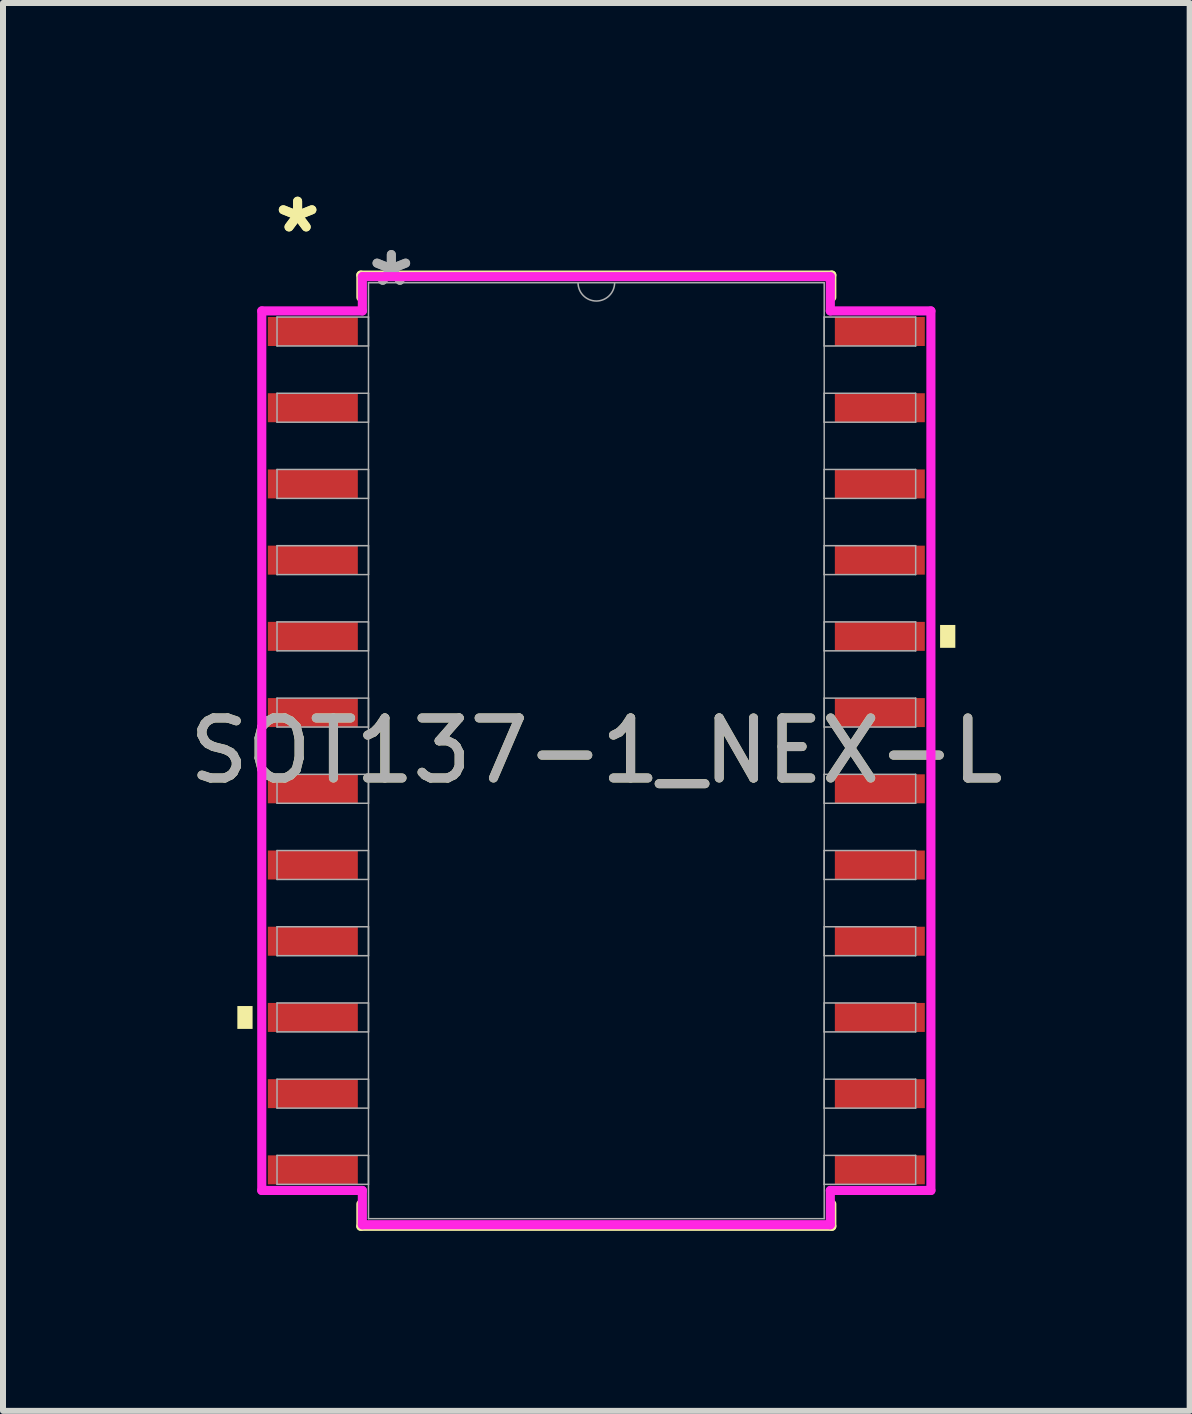
<source format=kicad_pcb>
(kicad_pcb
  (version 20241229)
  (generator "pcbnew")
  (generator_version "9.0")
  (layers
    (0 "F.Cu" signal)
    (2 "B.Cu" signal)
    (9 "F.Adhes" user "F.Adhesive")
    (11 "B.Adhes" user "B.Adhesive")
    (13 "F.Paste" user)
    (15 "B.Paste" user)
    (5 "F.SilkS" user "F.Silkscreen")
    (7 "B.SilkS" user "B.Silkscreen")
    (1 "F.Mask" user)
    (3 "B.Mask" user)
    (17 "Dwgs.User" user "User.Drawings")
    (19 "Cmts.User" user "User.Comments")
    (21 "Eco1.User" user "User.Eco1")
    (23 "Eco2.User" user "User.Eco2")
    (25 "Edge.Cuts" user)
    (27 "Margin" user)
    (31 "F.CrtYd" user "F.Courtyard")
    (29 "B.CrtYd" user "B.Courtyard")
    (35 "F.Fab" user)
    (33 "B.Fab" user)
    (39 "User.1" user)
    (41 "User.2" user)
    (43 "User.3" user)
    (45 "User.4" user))
  (footprint "SOT137-1_NEX-L"
    (layer "F.Cu")
    (at 6.887 9.459)
    (property "Reference" "SOT137-1_NEX-L" (at 0 0 0) (unlocked yes) (layer "F.SilkS") (effects (font (size 1 1) (thickness 0.15))))
    (attr smd)
    (fp_line (start -3.924 -7.925) (end -3.924 -7.555) (stroke (width 0.152) (type solid)) (layer "F.SilkS"))
    (fp_line (start -3.924 7.555) (end -3.924 7.925) (stroke (width 0.152) (type solid)) (layer "F.SilkS"))
    (fp_line (start -3.924 7.925) (end 3.924 7.925) (stroke (width 0.152) (type solid)) (layer "F.SilkS"))
    (fp_line (start 3.924 -7.925) (end -3.924 -7.925) (stroke (width 0.152) (type solid)) (layer "F.SilkS"))
    (fp_line (start 3.924 -7.555) (end 3.924 -7.925) (stroke (width 0.152) (type solid)) (layer "F.SilkS"))
    (fp_line (start 3.924 7.925) (end 3.924 7.555) (stroke (width 0.152) (type solid)) (layer "F.SilkS"))
    (fp_poly (pts (xy -5.982 4.255) (xy -5.982 4.636) (xy -5.728 4.636) (xy -5.728 4.255)) (stroke (width 0) (type solid)) (fill yes) (layer "F.SilkS"))
    (fp_poly (pts (xy 5.982 -2.095) (xy 5.982 -1.714) (xy 5.728 -1.714) (xy 5.728 -2.095)) (stroke (width 0) (type solid)) (fill yes) (layer "F.SilkS"))
    (fp_line (start -5.575 -7.328) (end -3.899 -7.328) (stroke (width 0.152) (type solid)) (layer "F.CrtYd"))
    (fp_line (start -5.575 7.328) (end -5.575 -7.328) (stroke (width 0.152) (type solid)) (layer "F.CrtYd"))
    (fp_line (start -5.575 7.328) (end -3.899 7.328) (stroke (width 0.152) (type solid)) (layer "F.CrtYd"))
    (fp_line (start -3.899 -7.899) (end 3.899 -7.899) (stroke (width 0.152) (type solid)) (layer "F.CrtYd"))
    (fp_line (start -3.899 -7.328) (end -3.899 -7.899) (stroke (width 0.152) (type solid)) (layer "F.CrtYd"))
    (fp_line (start -3.899 7.899) (end -3.899 7.328) (stroke (width 0.152) (type solid)) (layer "F.CrtYd"))
    (fp_line (start 3.899 -7.899) (end 3.899 -7.328) (stroke (width 0.152) (type solid)) (layer "F.CrtYd"))
    (fp_line (start 3.899 7.328) (end 3.899 7.899) (stroke (width 0.152) (type solid)) (layer "F.CrtYd"))
    (fp_line (start 3.899 7.899) (end -3.899 7.899) (stroke (width 0.152) (type solid)) (layer "F.CrtYd"))
    (fp_line (start 5.575 -7.328) (end 3.899 -7.328) (stroke (width 0.152) (type solid)) (layer "F.CrtYd"))
    (fp_line (start 5.575 -7.328) (end 5.575 7.328) (stroke (width 0.152) (type solid)) (layer "F.CrtYd"))
    (fp_line (start 5.575 7.328) (end 3.899 7.328) (stroke (width 0.152) (type solid)) (layer "F.CrtYd"))
    (fp_line (start -5.321 -7.226) (end -5.321 -6.744) (stroke (width 0.025) (type solid)) (layer "F.Fab"))
    (fp_line (start -5.321 -6.744) (end -3.797 -6.744) (stroke (width 0.025) (type solid)) (layer "F.Fab"))
    (fp_line (start -5.321 -5.956) (end -5.321 -5.474) (stroke (width 0.025) (type solid)) (layer "F.Fab"))
    (fp_line (start -5.321 -5.474) (end -3.797 -5.474) (stroke (width 0.025) (type solid)) (layer "F.Fab"))
    (fp_line (start -5.321 -4.686) (end -5.321 -4.204) (stroke (width 0.025) (type solid)) (layer "F.Fab"))
    (fp_line (start -5.321 -4.204) (end -3.797 -4.204) (stroke (width 0.025) (type solid)) (layer "F.Fab"))
    (fp_line (start -5.321 -3.416) (end -5.321 -2.934) (stroke (width 0.025) (type solid)) (layer "F.Fab"))
    (fp_line (start -5.321 -2.934) (end -3.797 -2.934) (stroke (width 0.025) (type solid)) (layer "F.Fab"))
    (fp_line (start -5.321 -2.146) (end -5.321 -1.664) (stroke (width 0.025) (type solid)) (layer "F.Fab"))
    (fp_line (start -5.321 -1.664) (end -3.797 -1.664) (stroke (width 0.025) (type solid)) (layer "F.Fab"))
    (fp_line (start -5.321 -0.876) (end -5.321 -0.394) (stroke (width 0.025) (type solid)) (layer "F.Fab"))
    (fp_line (start -5.321 -0.394) (end -3.797 -0.394) (stroke (width 0.025) (type solid)) (layer "F.Fab"))
    (fp_line (start -5.321 0.394) (end -5.321 0.876) (stroke (width 0.025) (type solid)) (layer "F.Fab"))
    (fp_line (start -5.321 0.876) (end -3.797 0.876) (stroke (width 0.025) (type solid)) (layer "F.Fab"))
    (fp_line (start -5.321 1.664) (end -5.321 2.146) (stroke (width 0.025) (type solid)) (layer "F.Fab"))
    (fp_line (start -5.321 2.146) (end -3.797 2.146) (stroke (width 0.025) (type solid)) (layer "F.Fab"))
    (fp_line (start -5.321 2.934) (end -5.321 3.416) (stroke (width 0.025) (type solid)) (layer "F.Fab"))
    (fp_line (start -5.321 3.416) (end -3.797 3.416) (stroke (width 0.025) (type solid)) (layer "F.Fab"))
    (fp_line (start -5.321 4.204) (end -5.321 4.686) (stroke (width 0.025) (type solid)) (layer "F.Fab"))
    (fp_line (start -5.321 4.686) (end -3.797 4.686) (stroke (width 0.025) (type solid)) (layer "F.Fab"))
    (fp_line (start -5.321 5.474) (end -5.321 5.956) (stroke (width 0.025) (type solid)) (layer "F.Fab"))
    (fp_line (start -5.321 5.956) (end -3.797 5.956) (stroke (width 0.025) (type solid)) (layer "F.Fab"))
    (fp_line (start -5.321 6.744) (end -5.321 7.226) (stroke (width 0.025) (type solid)) (layer "F.Fab"))
    (fp_line (start -5.321 7.226) (end -3.797 7.226) (stroke (width 0.025) (type solid)) (layer "F.Fab"))
    (fp_line (start -3.797 -7.798) (end -3.797 7.798) (stroke (width 0.025) (type solid)) (layer "F.Fab"))
    (fp_line (start -3.797 -7.226) (end -5.321 -7.226) (stroke (width 0.025) (type solid)) (layer "F.Fab"))
    (fp_line (start -3.797 -6.744) (end -3.797 -7.226) (stroke (width 0.025) (type solid)) (layer "F.Fab"))
    (fp_line (start -3.797 -5.956) (end -5.321 -5.956) (stroke (width 0.025) (type solid)) (layer "F.Fab"))
    (fp_line (start -3.797 -5.474) (end -3.797 -5.956) (stroke (width 0.025) (type solid)) (layer "F.Fab"))
    (fp_line (start -3.797 -4.686) (end -5.321 -4.686) (stroke (width 0.025) (type solid)) (layer "F.Fab"))
    (fp_line (start -3.797 -4.204) (end -3.797 -4.686) (stroke (width 0.025) (type solid)) (layer "F.Fab"))
    (fp_line (start -3.797 -3.416) (end -5.321 -3.416) (stroke (width 0.025) (type solid)) (layer "F.Fab"))
    (fp_line (start -3.797 -2.934) (end -3.797 -3.416) (stroke (width 0.025) (type solid)) (layer "F.Fab"))
    (fp_line (start -3.797 -2.146) (end -5.321 -2.146) (stroke (width 0.025) (type solid)) (layer "F.Fab"))
    (fp_line (start -3.797 -1.664) (end -3.797 -2.146) (stroke (width 0.025) (type solid)) (layer "F.Fab"))
    (fp_line (start -3.797 -0.876) (end -5.321 -0.876) (stroke (width 0.025) (type solid)) (layer "F.Fab"))
    (fp_line (start -3.797 -0.394) (end -3.797 -0.876) (stroke (width 0.025) (type solid)) (layer "F.Fab"))
    (fp_line (start -3.797 0.394) (end -5.321 0.394) (stroke (width 0.025) (type solid)) (layer "F.Fab"))
    (fp_line (start -3.797 0.876) (end -3.797 0.394) (stroke (width 0.025) (type solid)) (layer "F.Fab"))
    (fp_line (start -3.797 1.664) (end -5.321 1.664) (stroke (width 0.025) (type solid)) (layer "F.Fab"))
    (fp_line (start -3.797 2.146) (end -3.797 1.664) (stroke (width 0.025) (type solid)) (layer "F.Fab"))
    (fp_line (start -3.797 2.934) (end -5.321 2.934) (stroke (width 0.025) (type solid)) (layer "F.Fab"))
    (fp_line (start -3.797 3.416) (end -3.797 2.934) (stroke (width 0.025) (type solid)) (layer "F.Fab"))
    (fp_line (start -3.797 4.204) (end -5.321 4.204) (stroke (width 0.025) (type solid)) (layer "F.Fab"))
    (fp_line (start -3.797 4.686) (end -3.797 4.204) (stroke (width 0.025) (type solid)) (layer "F.Fab"))
    (fp_line (start -3.797 5.474) (end -5.321 5.474) (stroke (width 0.025) (type solid)) (layer "F.Fab"))
    (fp_line (start -3.797 5.956) (end -3.797 5.474) (stroke (width 0.025) (type solid)) (layer "F.Fab"))
    (fp_line (start -3.797 6.744) (end -5.321 6.744) (stroke (width 0.025) (type solid)) (layer "F.Fab"))
    (fp_line (start -3.797 7.226) (end -3.797 6.744) (stroke (width 0.025) (type solid)) (layer "F.Fab"))
    (fp_line (start -3.797 7.798) (end 3.797 7.798) (stroke (width 0.025) (type solid)) (layer "F.Fab"))
    (fp_line (start 3.797 -7.798) (end -3.797 -7.798) (stroke (width 0.025) (type solid)) (layer "F.Fab"))
    (fp_line (start 3.797 -7.226) (end 3.797 -6.744) (stroke (width 0.025) (type solid)) (layer "F.Fab"))
    (fp_line (start 3.797 -6.744) (end 5.321 -6.744) (stroke (width 0.025) (type solid)) (layer "F.Fab"))
    (fp_line (start 3.797 -5.956) (end 3.797 -5.474) (stroke (width 0.025) (type solid)) (layer "F.Fab"))
    (fp_line (start 3.797 -5.474) (end 5.321 -5.474) (stroke (width 0.025) (type solid)) (layer "F.Fab"))
    (fp_line (start 3.797 -4.686) (end 3.797 -4.204) (stroke (width 0.025) (type solid)) (layer "F.Fab"))
    (fp_line (start 3.797 -4.204) (end 5.321 -4.204) (stroke (width 0.025) (type solid)) (layer "F.Fab"))
    (fp_line (start 3.797 -3.416) (end 3.797 -2.934) (stroke (width 0.025) (type solid)) (layer "F.Fab"))
    (fp_line (start 3.797 -2.934) (end 5.321 -2.934) (stroke (width 0.025) (type solid)) (layer "F.Fab"))
    (fp_line (start 3.797 -2.146) (end 3.797 -1.664) (stroke (width 0.025) (type solid)) (layer "F.Fab"))
    (fp_line (start 3.797 -1.664) (end 5.321 -1.664) (stroke (width 0.025) (type solid)) (layer "F.Fab"))
    (fp_line (start 3.797 -0.876) (end 3.797 -0.394) (stroke (width 0.025) (type solid)) (layer "F.Fab"))
    (fp_line (start 3.797 -0.394) (end 5.321 -0.394) (stroke (width 0.025) (type solid)) (layer "F.Fab"))
    (fp_line (start 3.797 0.394) (end 3.797 0.876) (stroke (width 0.025) (type solid)) (layer "F.Fab"))
    (fp_line (start 3.797 0.876) (end 5.321 0.876) (stroke (width 0.025) (type solid)) (layer "F.Fab"))
    (fp_line (start 3.797 1.664) (end 3.797 2.146) (stroke (width 0.025) (type solid)) (layer "F.Fab"))
    (fp_line (start 3.797 2.146) (end 5.321 2.146) (stroke (width 0.025) (type solid)) (layer "F.Fab"))
    (fp_line (start 3.797 2.934) (end 3.797 3.416) (stroke (width 0.025) (type solid)) (layer "F.Fab"))
    (fp_line (start 3.797 3.416) (end 5.321 3.416) (stroke (width 0.025) (type solid)) (layer "F.Fab"))
    (fp_line (start 3.797 4.204) (end 3.797 4.686) (stroke (width 0.025) (type solid)) (layer "F.Fab"))
    (fp_line (start 3.797 4.686) (end 5.321 4.686) (stroke (width 0.025) (type solid)) (layer "F.Fab"))
    (fp_line (start 3.797 5.474) (end 3.797 5.956) (stroke (width 0.025) (type solid)) (layer "F.Fab"))
    (fp_line (start 3.797 5.956) (end 5.321 5.956) (stroke (width 0.025) (type solid)) (layer "F.Fab"))
    (fp_line (start 3.797 6.744) (end 3.797 7.226) (stroke (width 0.025) (type solid)) (layer "F.Fab"))
    (fp_line (start 3.797 7.226) (end 5.321 7.226) (stroke (width 0.025) (type solid)) (layer "F.Fab"))
    (fp_line (start 3.797 7.798) (end 3.797 -7.798) (stroke (width 0.025) (type solid)) (layer "F.Fab"))
    (fp_line (start 5.321 -7.226) (end 3.797 -7.226) (stroke (width 0.025) (type solid)) (layer "F.Fab"))
    (fp_line (start 5.321 -6.744) (end 5.321 -7.226) (stroke (width 0.025) (type solid)) (layer "F.Fab"))
    (fp_line (start 5.321 -5.956) (end 3.797 -5.956) (stroke (width 0.025) (type solid)) (layer "F.Fab"))
    (fp_line (start 5.321 -5.474) (end 5.321 -5.956) (stroke (width 0.025) (type solid)) (layer "F.Fab"))
    (fp_line (start 5.321 -4.686) (end 3.797 -4.686) (stroke (width 0.025) (type solid)) (layer "F.Fab"))
    (fp_line (start 5.321 -4.204) (end 5.321 -4.686) (stroke (width 0.025) (type solid)) (layer "F.Fab"))
    (fp_line (start 5.321 -3.416) (end 3.797 -3.416) (stroke (width 0.025) (type solid)) (layer "F.Fab"))
    (fp_line (start 5.321 -2.934) (end 5.321 -3.416) (stroke (width 0.025) (type solid)) (layer "F.Fab"))
    (fp_line (start 5.321 -2.146) (end 3.797 -2.146) (stroke (width 0.025) (type solid)) (layer "F.Fab"))
    (fp_line (start 5.321 -1.664) (end 5.321 -2.146) (stroke (width 0.025) (type solid)) (layer "F.Fab"))
    (fp_line (start 5.321 -0.876) (end 3.797 -0.876) (stroke (width 0.025) (type solid)) (layer "F.Fab"))
    (fp_line (start 5.321 -0.394) (end 5.321 -0.876) (stroke (width 0.025) (type solid)) (layer "F.Fab"))
    (fp_line (start 5.321 0.394) (end 3.797 0.394) (stroke (width 0.025) (type solid)) (layer "F.Fab"))
    (fp_line (start 5.321 0.876) (end 5.321 0.394) (stroke (width 0.025) (type solid)) (layer "F.Fab"))
    (fp_line (start 5.321 1.664) (end 3.797 1.664) (stroke (width 0.025) (type solid)) (layer "F.Fab"))
    (fp_line (start 5.321 2.146) (end 5.321 1.664) (stroke (width 0.025) (type solid)) (layer "F.Fab"))
    (fp_line (start 5.321 2.934) (end 3.797 2.934) (stroke (width 0.025) (type solid)) (layer "F.Fab"))
    (fp_line (start 5.321 3.416) (end 5.321 2.934) (stroke (width 0.025) (type solid)) (layer "F.Fab"))
    (fp_line (start 5.321 4.204) (end 3.797 4.204) (stroke (width 0.025) (type solid)) (layer "F.Fab"))
    (fp_line (start 5.321 4.686) (end 5.321 4.204) (stroke (width 0.025) (type solid)) (layer "F.Fab"))
    (fp_line (start 5.321 5.474) (end 3.797 5.474) (stroke (width 0.025) (type solid)) (layer "F.Fab"))
    (fp_line (start 5.321 5.956) (end 5.321 5.474) (stroke (width 0.025) (type solid)) (layer "F.Fab"))
    (fp_line (start 5.321 6.744) (end 3.797 6.744) (stroke (width 0.025) (type solid)) (layer "F.Fab"))
    (fp_line (start 5.321 7.226) (end 5.321 6.744) (stroke (width 0.025) (type solid)) (layer "F.Fab"))
    (fp_arc (start 0.3048 -7.7978) (mid 0 -7.493) (end -0.3048 -7.7978) (stroke (width 0.0254) (type solid)) (layer "F.Fab"))
    (fp_text user "*" (at -4.978 -8.611 0) (unlocked yes) (layer "F.SilkS") (effects (font (size 1 1) (thickness 0.15))))
    (fp_text user "*" (at -4.978 -8.611 0) (layer "F.SilkS") (effects (font (size 1 1) (thickness 0.15))))
    (fp_text user "${REFERENCE}" (at 0 0 0) (unlocked yes) (layer "F.Fab") (effects (font (size 1 1) (thickness 0.15))))
    (fp_text user "*" (at -3.416 -7.722 0) (unlocked yes) (layer "F.Fab") (effects (font (size 1 1) (thickness 0.15))))
    (fp_text user "*" (at -3.416 -7.722 0) (layer "F.Fab") (effects (font (size 1 1) (thickness 0.15))))
    (pad "1" smd rect (at -4.724 -6.985) (size 1.499 0.483) (layers "F.Cu" "F.Mask" "F.Paste"))
    (pad "2" smd rect (at -4.724 -5.715) (size 1.499 0.483) (layers "F.Cu" "F.Mask" "F.Paste"))
    (pad "3" smd rect (at -4.724 -4.445) (size 1.499 0.483) (layers "F.Cu" "F.Mask" "F.Paste"))
    (pad "4" smd rect (at -4.724 -3.175) (size 1.499 0.483) (layers "F.Cu" "F.Mask" "F.Paste"))
    (pad "5" smd rect (at -4.724 -1.905) (size 1.499 0.483) (layers "F.Cu" "F.Mask" "F.Paste"))
    (pad "6" smd rect (at -4.724 -0.635) (size 1.499 0.483) (layers "F.Cu" "F.Mask" "F.Paste"))
    (pad "7" smd rect (at -4.724 0.635) (size 1.499 0.483) (layers "F.Cu" "F.Mask" "F.Paste"))
    (pad "8" smd rect (at -4.724 1.905) (size 1.499 0.483) (layers "F.Cu" "F.Mask" "F.Paste"))
    (pad "9" smd rect (at -4.724 3.175) (size 1.499 0.483) (layers "F.Cu" "F.Mask" "F.Paste"))
    (pad "10" smd rect (at -4.724 4.445) (size 1.499 0.483) (layers "F.Cu" "F.Mask" "F.Paste"))
    (pad "11" smd rect (at -4.724 5.715) (size 1.499 0.483) (layers "F.Cu" "F.Mask" "F.Paste"))
    (pad "12" smd rect (at -4.724 6.985) (size 1.499 0.483) (layers "F.Cu" "F.Mask" "F.Paste"))
    (pad "13" smd rect (at 4.724 6.985) (size 1.499 0.483) (layers "F.Cu" "F.Mask" "F.Paste"))
    (pad "14" smd rect (at 4.724 5.715) (size 1.499 0.483) (layers "F.Cu" "F.Mask" "F.Paste"))
    (pad "15" smd rect (at 4.724 4.445) (size 1.499 0.483) (layers "F.Cu" "F.Mask" "F.Paste"))
    (pad "16" smd rect (at 4.724 3.175) (size 1.499 0.483) (layers "F.Cu" "F.Mask" "F.Paste"))
    (pad "17" smd rect (at 4.724 1.905) (size 1.499 0.483) (layers "F.Cu" "F.Mask" "F.Paste"))
    (pad "18" smd rect (at 4.724 0.635) (size 1.499 0.483) (layers "F.Cu" "F.Mask" "F.Paste"))
    (pad "19" smd rect (at 4.724 -0.635) (size 1.499 0.483) (layers "F.Cu" "F.Mask" "F.Paste"))
    (pad "20" smd rect (at 4.724 -1.905) (size 1.499 0.483) (layers "F.Cu" "F.Mask" "F.Paste"))
    (pad "21" smd rect (at 4.724 -3.175) (size 1.499 0.483) (layers "F.Cu" "F.Mask" "F.Paste"))
    (pad "22" smd rect (at 4.724 -4.445) (size 1.499 0.483) (layers "F.Cu" "F.Mask" "F.Paste"))
    (pad "23" smd rect (at 4.724 -5.715) (size 1.499 0.483) (layers "F.Cu" "F.Mask" "F.Paste"))
    (pad "24" smd rect (at 4.724 -6.985) (size 1.499 0.483) (layers "F.Cu" "F.Mask" "F.Paste")))
  (gr_rect
    (start -3 -3)
    (end 16.774 20.46)
    (stroke (width 0.1) (type default))
    (fill no)
    (layer "Edge.Cuts")))
</source>
